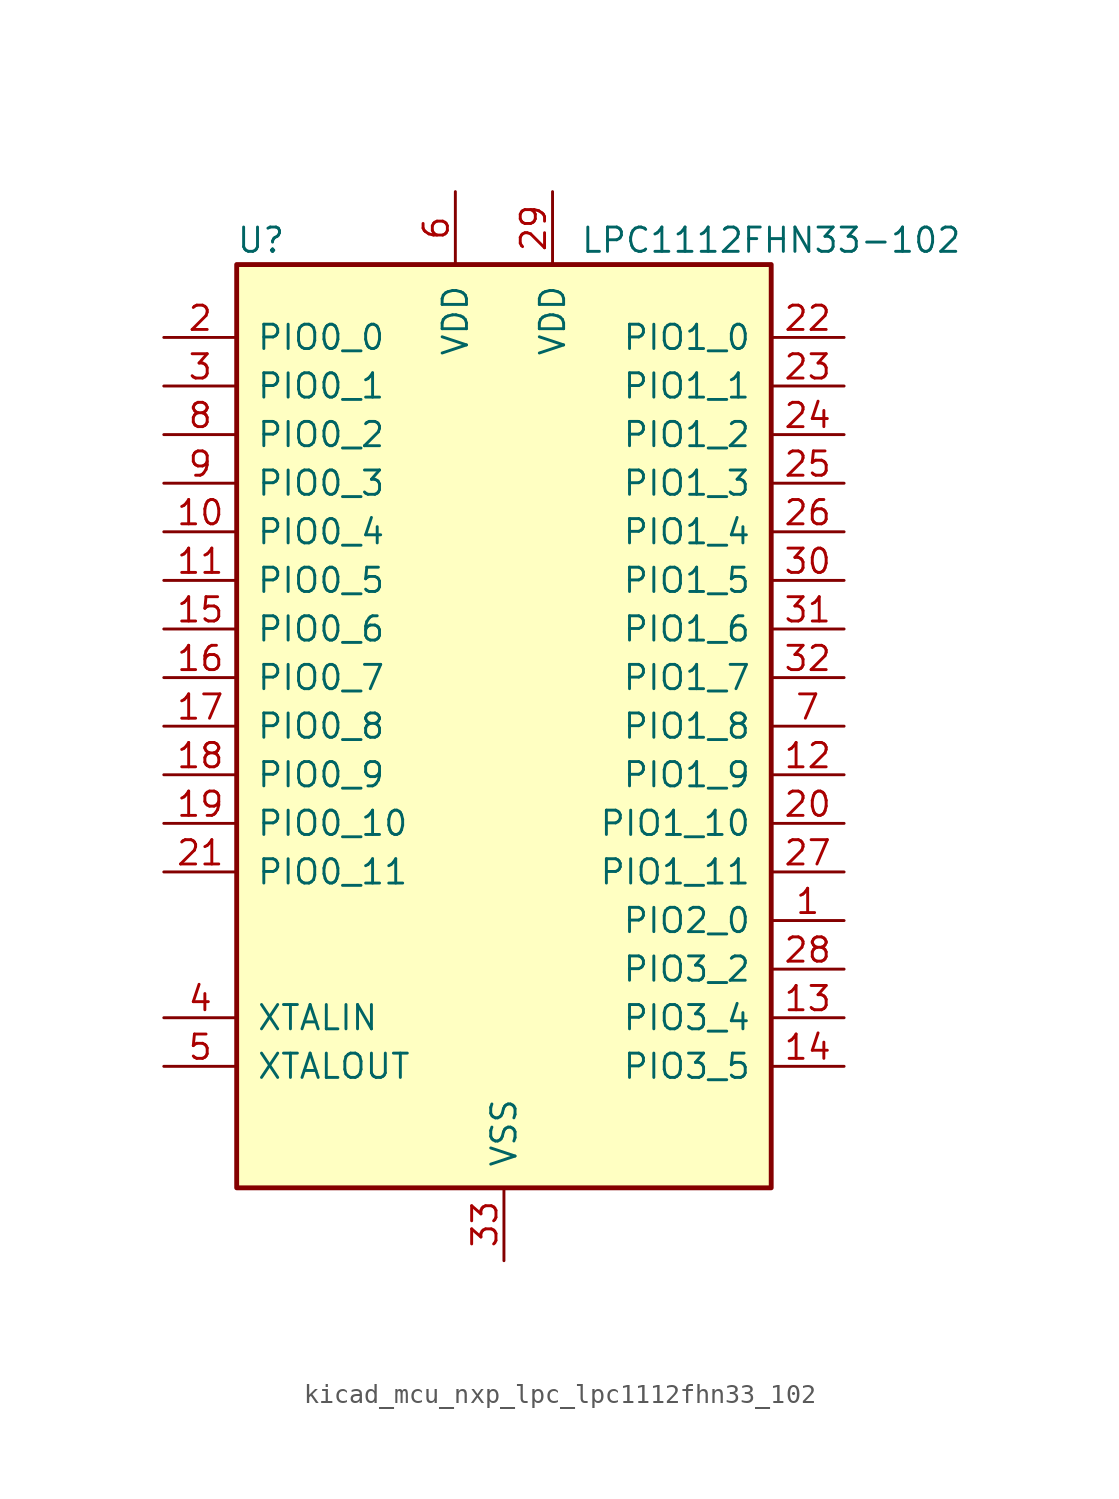
<source format=kicad_sym>
(kicad_symbol_lib
  (version 20220914)
  (generator kicad_symbol_editor)
  (symbol "kicad_mcu_nxp_lpc_lpc1112fhn33_102"
    (pin_names
      (offset 1.016))
    (property "Reference" "U"
      (at -12.7 25.4 0)
      (effects (font (size 1.27 1.27))))
    (property "Value" "LPC1112FHN33-102"
      (at 13.97 25.4 0)
      (effects (font (size 1.27 1.27))))
    (symbol "kicad_mcu_nxp_lpc_lpc1112fhn33_102_0_1"
      (rectangle (start -13.97 24.13) (end 13.97 -24.13) (stroke (width 0.254) (type default)) (fill (type background))))
    (symbol "kicad_mcu_nxp_lpc_lpc1112fhn33_102_1_1"
      (pin bidirectional line (at 17.78 -10.16 180) (length 3.81) (name "PIO2_0" (effects (font (size 1.27 1.27)))) (number "1" (effects (font (size 1.27 1.27)))))
      (pin bidirectional line (at -17.78 10.16 0) (length 3.81) (name "PIO0_4" (effects (font (size 1.27 1.27)))) (number "10" (effects (font (size 1.27 1.27)))))
      (pin bidirectional line (at -17.78 7.62 0) (length 3.81) (name "PIO0_5" (effects (font (size 1.27 1.27)))) (number "11" (effects (font (size 1.27 1.27)))))
      (pin bidirectional line (at 17.78 -2.54 180) (length 3.81) (name "PIO1_9" (effects (font (size 1.27 1.27)))) (number "12" (effects (font (size 1.27 1.27)))))
      (pin bidirectional line (at 17.78 -15.24 180) (length 3.81) (name "PIO3_4" (effects (font (size 1.27 1.27)))) (number "13" (effects (font (size 1.27 1.27)))))
      (pin bidirectional line (at 17.78 -17.78 180) (length 3.81) (name "PIO3_5" (effects (font (size 1.27 1.27)))) (number "14" (effects (font (size 1.27 1.27)))))
      (pin bidirectional line (at -17.78 5.08 0) (length 3.81) (name "PIO0_6" (effects (font (size 1.27 1.27)))) (number "15" (effects (font (size 1.27 1.27)))))
      (pin bidirectional line (at -17.78 2.54 0) (length 3.81) (name "PIO0_7" (effects (font (size 1.27 1.27)))) (number "16" (effects (font (size 1.27 1.27)))))
      (pin bidirectional line (at -17.78 0 0) (length 3.81) (name "PIO0_8" (effects (font (size 1.27 1.27)))) (number "17" (effects (font (size 1.27 1.27)))))
      (pin bidirectional line (at -17.78 -2.54 0) (length 3.81) (name "PIO0_9" (effects (font (size 1.27 1.27)))) (number "18" (effects (font (size 1.27 1.27)))))
      (pin bidirectional line (at -17.78 -5.08 0) (length 3.81) (name "PIO0_10" (effects (font (size 1.27 1.27)))) (number "19" (effects (font (size 1.27 1.27)))))
      (pin bidirectional line (at -17.78 20.32 0) (length 3.81) (name "PIO0_0" (effects (font (size 1.27 1.27)))) (number "2" (effects (font (size 1.27 1.27)))))
      (pin bidirectional line (at 17.78 -5.08 180) (length 3.81) (name "PIO1_10" (effects (font (size 1.27 1.27)))) (number "20" (effects (font (size 1.27 1.27)))))
      (pin bidirectional line (at -17.78 -7.62 0) (length 3.81) (name "PIO0_11" (effects (font (size 1.27 1.27)))) (number "21" (effects (font (size 1.27 1.27)))))
      (pin bidirectional line (at 17.78 20.32 180) (length 3.81) (name "PIO1_0" (effects (font (size 1.27 1.27)))) (number "22" (effects (font (size 1.27 1.27)))))
      (pin bidirectional line (at 17.78 17.78 180) (length 3.81) (name "PIO1_1" (effects (font (size 1.27 1.27)))) (number "23" (effects (font (size 1.27 1.27)))))
      (pin bidirectional line (at 17.78 15.24 180) (length 3.81) (name "PIO1_2" (effects (font (size 1.27 1.27)))) (number "24" (effects (font (size 1.27 1.27)))))
      (pin bidirectional line (at 17.78 12.7 180) (length 3.81) (name "PIO1_3" (effects (font (size 1.27 1.27)))) (number "25" (effects (font (size 1.27 1.27)))))
      (pin bidirectional line (at 17.78 10.16 180) (length 3.81) (name "PIO1_4" (effects (font (size 1.27 1.27)))) (number "26" (effects (font (size 1.27 1.27)))))
      (pin bidirectional line (at 17.78 -7.62 180) (length 3.81) (name "PIO1_11" (effects (font (size 1.27 1.27)))) (number "27" (effects (font (size 1.27 1.27)))))
      (pin bidirectional line (at 17.78 -12.7 180) (length 3.81) (name "PIO3_2" (effects (font (size 1.27 1.27)))) (number "28" (effects (font (size 1.27 1.27)))))
      (pin power_in line (at 2.54 27.94 270) (length 3.81) (name "VDD" (effects (font (size 1.27 1.27)))) (number "29" (effects (font (size 1.27 1.27)))))
      (pin bidirectional line (at -17.78 17.78 0) (length 3.81) (name "PIO0_1" (effects (font (size 1.27 1.27)))) (number "3" (effects (font (size 1.27 1.27)))))
      (pin bidirectional line (at 17.78 7.62 180) (length 3.81) (name "PIO1_5" (effects (font (size 1.27 1.27)))) (number "30" (effects (font (size 1.27 1.27)))))
      (pin bidirectional line (at 17.78 5.08 180) (length 3.81) (name "PIO1_6" (effects (font (size 1.27 1.27)))) (number "31" (effects (font (size 1.27 1.27)))))
      (pin bidirectional line (at 17.78 2.54 180) (length 3.81) (name "PIO1_7" (effects (font (size 1.27 1.27)))) (number "32" (effects (font (size 1.27 1.27)))))
      (pin power_in line (at 0 -27.94 90) (length 3.81) (name "VSS" (effects (font (size 1.27 1.27)))) (number "33" (effects (font (size 1.27 1.27)))))
      (pin input line (at -17.78 -15.24 0) (length 3.81) (name "XTALIN" (effects (font (size 1.27 1.27)))) (number "4" (effects (font (size 1.27 1.27)))))
      (pin output line (at -17.78 -17.78 0) (length 3.81) (name "XTALOUT" (effects (font (size 1.27 1.27)))) (number "5" (effects (font (size 1.27 1.27)))))
      (pin power_in line (at -2.54 27.94 270) (length 3.81) (name "VDD" (effects (font (size 1.27 1.27)))) (number "6" (effects (font (size 1.27 1.27)))))
      (pin bidirectional line (at 17.78 0 180) (length 3.81) (name "PIO1_8" (effects (font (size 1.27 1.27)))) (number "7" (effects (font (size 1.27 1.27)))))
      (pin bidirectional line (at -17.78 15.24 0) (length 3.81) (name "PIO0_2" (effects (font (size 1.27 1.27)))) (number "8" (effects (font (size 1.27 1.27)))))
      (pin bidirectional line (at -17.78 12.7 0) (length 3.81) (name "PIO0_3" (effects (font (size 1.27 1.27)))) (number "9" (effects (font (size 1.27 1.27))))))))
</source>
